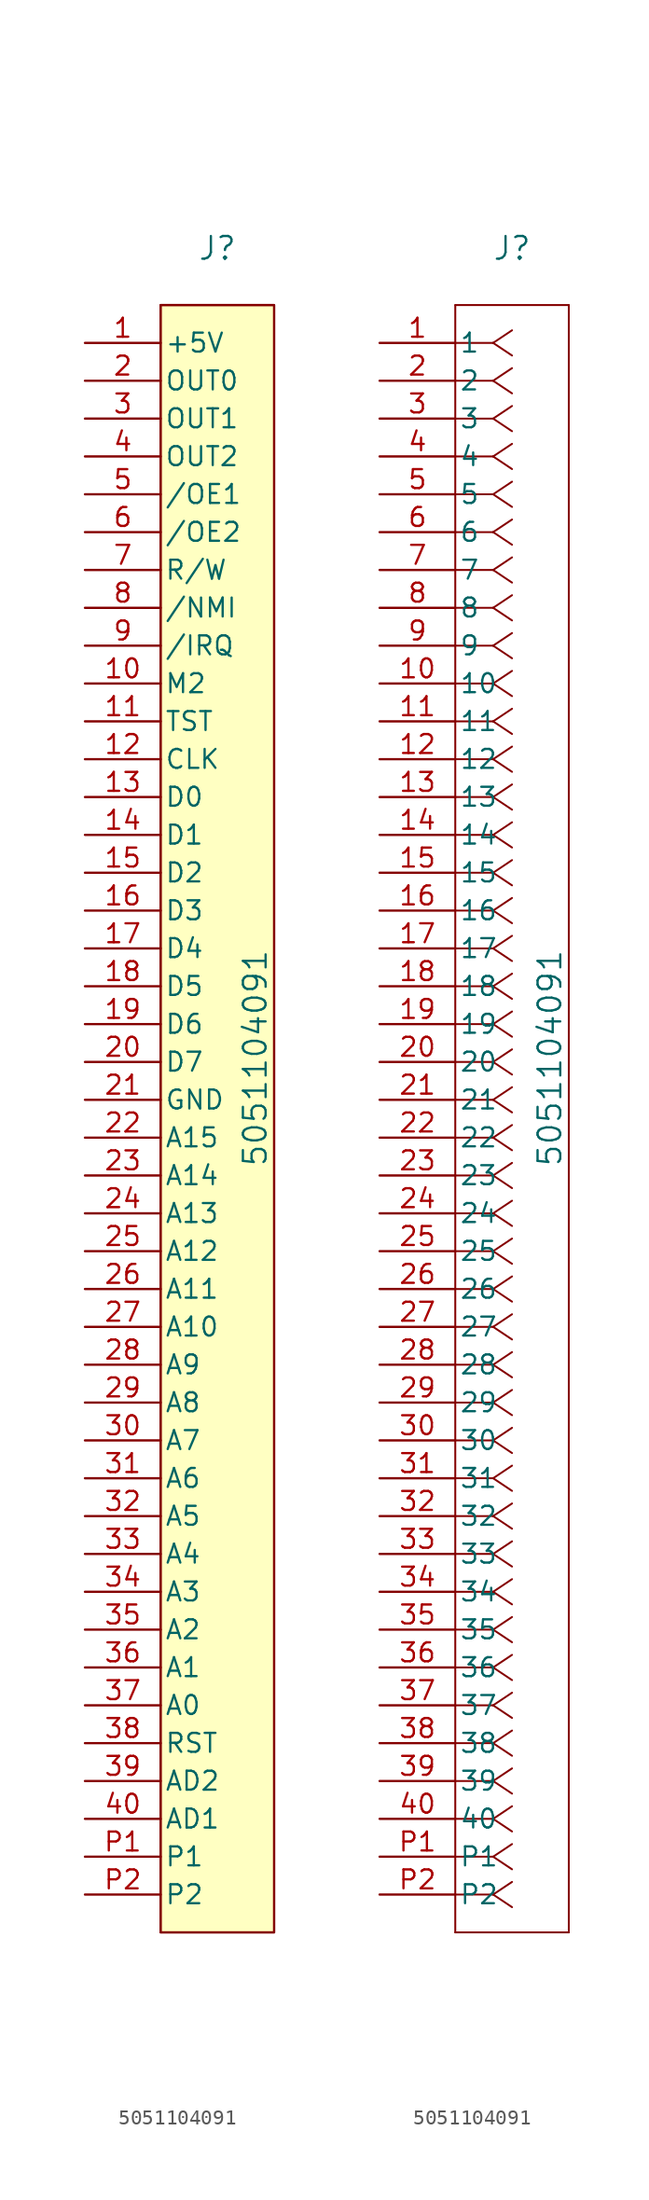
<source format=kicad_sym>
(kicad_symbol_lib
  (version 20241209)
  (generator "kicad_symbol_editor")
  (generator_version "9.0")
  (symbol "5051104091"
    (pin_names
      (offset 0.254))
    (property "Reference" "J"
      (at 8.89 6.35 0)
      (effects (font (size 1.524 1.524))))
    (property "Value" "5051104091"
      (at 11.43 -48.006 90)
      (effects (font (size 1.524 1.524))))
    (property "ki_locked" ""
      (at 0 0 0)
      (effects (font (size 1.27 1.27))))
    (symbol "5051104091_1_1"
      (polyline (pts (xy 5.08 2.54) (xy 5.08 -106.68)) (stroke (width 0.127) (type default)) (fill (type none)))
      (rectangle (start 5.08 2.54) (end 12.7 -106.68) (stroke (width 0) (type solid)) (fill (type background)))
      (polyline (pts (xy 5.08 -106.68) (xy 12.7 -106.68)) (stroke (width 0.127) (type default)) (fill (type none)))
      (polyline (pts (xy 12.7 2.54) (xy 5.08 2.54)) (stroke (width 0.127) (type default)) (fill (type none)))
      (polyline (pts (xy 12.7 -106.68) (xy 12.7 2.54)) (stroke (width 0.127) (type default)) (fill (type none)))
      (pin power_in line (at 0 0 0) (length 5.08) (name "+5V" (effects (font (size 1.27 1.27)))) (number "1" (effects (font (size 1.27 1.27)))))
      (pin bidirectional line (at 0 -2.54 0) (length 5.08) (name "OUT0" (effects (font (size 1.27 1.27)))) (number "2" (effects (font (size 1.27 1.27)))))
      (pin bidirectional line (at 0 -5.08 0) (length 5.08) (name "OUT1" (effects (font (size 1.27 1.27)))) (number "3" (effects (font (size 1.27 1.27)))))
      (pin bidirectional line (at 0 -7.62 0) (length 5.08) (name "OUT2" (effects (font (size 1.27 1.27)))) (number "4" (effects (font (size 1.27 1.27)))))
      (pin bidirectional line (at 0 -10.16 0) (length 5.08) (name "/OE1" (effects (font (size 1.27 1.27)))) (number "5" (effects (font (size 1.27 1.27)))))
      (pin bidirectional line (at 0 -12.7 0) (length 5.08) (name "/OE2" (effects (font (size 1.27 1.27)))) (number "6" (effects (font (size 1.27 1.27)))))
      (pin bidirectional line (at 0 -15.24 0) (length 5.08) (name "R/W" (effects (font (size 1.27 1.27)))) (number "7" (effects (font (size 1.27 1.27)))))
      (pin bidirectional line (at 0 -17.78 0) (length 5.08) (name "/NMI" (effects (font (size 1.27 1.27)))) (number "8" (effects (font (size 1.27 1.27)))))
      (pin bidirectional line (at 0 -20.32 0) (length 5.08) (name "/IRQ" (effects (font (size 1.27 1.27)))) (number "9" (effects (font (size 1.27 1.27)))))
      (pin bidirectional line (at 0 -22.86 0) (length 5.08) (name "M2" (effects (font (size 1.27 1.27)))) (number "10" (effects (font (size 1.27 1.27)))))
      (pin bidirectional line (at 0 -25.4 0) (length 5.08) (name "TST" (effects (font (size 1.27 1.27)))) (number "11" (effects (font (size 1.27 1.27)))))
      (pin bidirectional line (at 0 -27.94 0) (length 5.08) (name "CLK" (effects (font (size 1.27 1.27)))) (number "12" (effects (font (size 1.27 1.27)))))
      (pin bidirectional line (at 0 -30.48 0) (length 5.08) (name "D0" (effects (font (size 1.27 1.27)))) (number "13" (effects (font (size 1.27 1.27)))))
      (pin bidirectional line (at 0 -33.02 0) (length 5.08) (name "D1" (effects (font (size 1.27 1.27)))) (number "14" (effects (font (size 1.27 1.27)))))
      (pin bidirectional line (at 0 -35.56 0) (length 5.08) (name "D2" (effects (font (size 1.27 1.27)))) (number "15" (effects (font (size 1.27 1.27)))))
      (pin bidirectional line (at 0 -38.1 0) (length 5.08) (name "D3" (effects (font (size 1.27 1.27)))) (number "16" (effects (font (size 1.27 1.27)))))
      (pin bidirectional line (at 0 -40.64 0) (length 5.08) (name "D4" (effects (font (size 1.27 1.27)))) (number "17" (effects (font (size 1.27 1.27)))))
      (pin bidirectional line (at 0 -43.18 0) (length 5.08) (name "D5" (effects (font (size 1.27 1.27)))) (number "18" (effects (font (size 1.27 1.27)))))
      (pin bidirectional line (at 0 -45.72 0) (length 5.08) (name "D6" (effects (font (size 1.27 1.27)))) (number "19" (effects (font (size 1.27 1.27)))))
      (pin bidirectional line (at 0 -48.26 0) (length 5.08) (name "D7" (effects (font (size 1.27 1.27)))) (number "20" (effects (font (size 1.27 1.27)))))
      (pin power_in line (at 0 -50.8 0) (length 5.08) (name "GND" (effects (font (size 1.27 1.27)))) (number "21" (effects (font (size 1.27 1.27)))))
      (pin bidirectional line (at 0 -53.34 0) (length 5.08) (name "A15" (effects (font (size 1.27 1.27)))) (number "22" (effects (font (size 1.27 1.27)))))
      (pin bidirectional line (at 0 -55.88 0) (length 5.08) (name "A14" (effects (font (size 1.27 1.27)))) (number "23" (effects (font (size 1.27 1.27)))))
      (pin bidirectional line (at 0 -58.42 0) (length 5.08) (name "A13" (effects (font (size 1.27 1.27)))) (number "24" (effects (font (size 1.27 1.27)))))
      (pin bidirectional line (at 0 -60.96 0) (length 5.08) (name "A12" (effects (font (size 1.27 1.27)))) (number "25" (effects (font (size 1.27 1.27)))))
      (pin bidirectional line (at 0 -63.5 0) (length 5.08) (name "A11" (effects (font (size 1.27 1.27)))) (number "26" (effects (font (size 1.27 1.27)))))
      (pin bidirectional line (at 0 -66.04 0) (length 5.08) (name "A10" (effects (font (size 1.27 1.27)))) (number "27" (effects (font (size 1.27 1.27)))))
      (pin bidirectional line (at 0 -68.58 0) (length 5.08) (name "A9" (effects (font (size 1.27 1.27)))) (number "28" (effects (font (size 1.27 1.27)))))
      (pin bidirectional line (at 0 -71.12 0) (length 5.08) (name "A8" (effects (font (size 1.27 1.27)))) (number "29" (effects (font (size 1.27 1.27)))))
      (pin bidirectional line (at 0 -73.66 0) (length 5.08) (name "A7" (effects (font (size 1.27 1.27)))) (number "30" (effects (font (size 1.27 1.27)))))
      (pin bidirectional line (at 0 -76.2 0) (length 5.08) (name "A6" (effects (font (size 1.27 1.27)))) (number "31" (effects (font (size 1.27 1.27)))))
      (pin bidirectional line (at 0 -78.74 0) (length 5.08) (name "A5" (effects (font (size 1.27 1.27)))) (number "32" (effects (font (size 1.27 1.27)))))
      (pin bidirectional line (at 0 -81.28 0) (length 5.08) (name "A4" (effects (font (size 1.27 1.27)))) (number "33" (effects (font (size 1.27 1.27)))))
      (pin bidirectional line (at 0 -83.82 0) (length 5.08) (name "A3" (effects (font (size 1.27 1.27)))) (number "34" (effects (font (size 1.27 1.27)))))
      (pin bidirectional line (at 0 -86.36 0) (length 5.08) (name "A2" (effects (font (size 1.27 1.27)))) (number "35" (effects (font (size 1.27 1.27)))))
      (pin bidirectional line (at 0 -88.9 0) (length 5.08) (name "A1" (effects (font (size 1.27 1.27)))) (number "36" (effects (font (size 1.27 1.27)))))
      (pin bidirectional line (at 0 -91.44 0) (length 5.08) (name "A0" (effects (font (size 1.27 1.27)))) (number "37" (effects (font (size 1.27 1.27)))))
      (pin bidirectional line (at 0 -93.98 0) (length 5.08) (name "RST" (effects (font (size 1.27 1.27)))) (number "38" (effects (font (size 1.27 1.27)))))
      (pin bidirectional line (at 0 -96.52 0) (length 5.08) (name "AD2" (effects (font (size 1.27 1.27)))) (number "39" (effects (font (size 1.27 1.27)))))
      (pin bidirectional line (at 0 -99.06 0) (length 5.08) (name "AD1" (effects (font (size 1.27 1.27)))) (number "40" (effects (font (size 1.27 1.27)))))
      (pin unspecified line (at 0 -101.6 0) (length 5.08) (name "P1" (effects (font (size 1.27 1.27)))) (number "P1" (effects (font (size 1.27 1.27)))))
      (pin unspecified line (at 0 -104.14 0) (length 5.08) (name "P2" (effects (font (size 1.27 1.27)))) (number "P2" (effects (font (size 1.27 1.27))))))
    (symbol "5051104091_1_2"
      (polyline (pts (xy 5.08 2.54) (xy 5.08 -106.68)) (stroke (width 0.127) (type default)) (fill (type none)))
      (polyline (pts (xy 5.08 -106.68) (xy 12.7 -106.68)) (stroke (width 0.127) (type default)) (fill (type none)))
      (polyline (pts (xy 7.62 0) (xy 5.08 0)) (stroke (width 0.127) (type default)) (fill (type none)))
      (polyline (pts (xy 7.62 0) (xy 8.89 0.847)) (stroke (width 0.127) (type default)) (fill (type none)))
      (polyline (pts (xy 7.62 0) (xy 8.89 -0.847)) (stroke (width 0.127) (type default)) (fill (type none)))
      (polyline (pts (xy 7.62 -2.54) (xy 5.08 -2.54)) (stroke (width 0.127) (type default)) (fill (type none)))
      (polyline (pts (xy 7.62 -2.54) (xy 8.89 -1.693)) (stroke (width 0.127) (type default)) (fill (type none)))
      (polyline (pts (xy 7.62 -2.54) (xy 8.89 -3.387)) (stroke (width 0.127) (type default)) (fill (type none)))
      (polyline (pts (xy 7.62 -5.08) (xy 5.08 -5.08)) (stroke (width 0.127) (type default)) (fill (type none)))
      (polyline (pts (xy 7.62 -5.08) (xy 8.89 -4.233)) (stroke (width 0.127) (type default)) (fill (type none)))
      (polyline (pts (xy 7.62 -5.08) (xy 8.89 -5.927)) (stroke (width 0.127) (type default)) (fill (type none)))
      (polyline (pts (xy 7.62 -7.62) (xy 5.08 -7.62)) (stroke (width 0.127) (type default)) (fill (type none)))
      (polyline (pts (xy 7.62 -7.62) (xy 8.89 -6.773)) (stroke (width 0.127) (type default)) (fill (type none)))
      (polyline (pts (xy 7.62 -7.62) (xy 8.89 -8.467)) (stroke (width 0.127) (type default)) (fill (type none)))
      (polyline (pts (xy 7.62 -10.16) (xy 5.08 -10.16)) (stroke (width 0.127) (type default)) (fill (type none)))
      (polyline (pts (xy 7.62 -10.16) (xy 8.89 -9.313)) (stroke (width 0.127) (type default)) (fill (type none)))
      (polyline (pts (xy 7.62 -10.16) (xy 8.89 -11.007)) (stroke (width 0.127) (type default)) (fill (type none)))
      (polyline (pts (xy 7.62 -12.7) (xy 5.08 -12.7)) (stroke (width 0.127) (type default)) (fill (type none)))
      (polyline (pts (xy 7.62 -12.7) (xy 8.89 -11.853)) (stroke (width 0.127) (type default)) (fill (type none)))
      (polyline (pts (xy 7.62 -12.7) (xy 8.89 -13.547)) (stroke (width 0.127) (type default)) (fill (type none)))
      (polyline (pts (xy 7.62 -15.24) (xy 5.08 -15.24)) (stroke (width 0.127) (type default)) (fill (type none)))
      (polyline (pts (xy 7.62 -15.24) (xy 8.89 -14.393)) (stroke (width 0.127) (type default)) (fill (type none)))
      (polyline (pts (xy 7.62 -15.24) (xy 8.89 -16.087)) (stroke (width 0.127) (type default)) (fill (type none)))
      (polyline (pts (xy 7.62 -17.78) (xy 5.08 -17.78)) (stroke (width 0.127) (type default)) (fill (type none)))
      (polyline (pts (xy 7.62 -17.78) (xy 8.89 -16.933)) (stroke (width 0.127) (type default)) (fill (type none)))
      (polyline (pts (xy 7.62 -17.78) (xy 8.89 -18.627)) (stroke (width 0.127) (type default)) (fill (type none)))
      (polyline (pts (xy 7.62 -20.32) (xy 5.08 -20.32)) (stroke (width 0.127) (type default)) (fill (type none)))
      (polyline (pts (xy 7.62 -20.32) (xy 8.89 -19.473)) (stroke (width 0.127) (type default)) (fill (type none)))
      (polyline (pts (xy 7.62 -20.32) (xy 8.89 -21.167)) (stroke (width 0.127) (type default)) (fill (type none)))
      (polyline (pts (xy 7.62 -22.86) (xy 5.08 -22.86)) (stroke (width 0.127) (type default)) (fill (type none)))
      (polyline (pts (xy 7.62 -22.86) (xy 8.89 -22.013)) (stroke (width 0.127) (type default)) (fill (type none)))
      (polyline (pts (xy 7.62 -22.86) (xy 8.89 -23.707)) (stroke (width 0.127) (type default)) (fill (type none)))
      (polyline (pts (xy 7.62 -25.4) (xy 5.08 -25.4)) (stroke (width 0.127) (type default)) (fill (type none)))
      (polyline (pts (xy 7.62 -25.4) (xy 8.89 -24.553)) (stroke (width 0.127) (type default)) (fill (type none)))
      (polyline (pts (xy 7.62 -25.4) (xy 8.89 -26.247)) (stroke (width 0.127) (type default)) (fill (type none)))
      (polyline (pts (xy 7.62 -27.94) (xy 5.08 -27.94)) (stroke (width 0.127) (type default)) (fill (type none)))
      (polyline (pts (xy 7.62 -27.94) (xy 8.89 -27.093)) (stroke (width 0.127) (type default)) (fill (type none)))
      (polyline (pts (xy 7.62 -27.94) (xy 8.89 -28.787)) (stroke (width 0.127) (type default)) (fill (type none)))
      (polyline (pts (xy 7.62 -30.48) (xy 5.08 -30.48)) (stroke (width 0.127) (type default)) (fill (type none)))
      (polyline (pts (xy 7.62 -30.48) (xy 8.89 -29.633)) (stroke (width 0.127) (type default)) (fill (type none)))
      (polyline (pts (xy 7.62 -30.48) (xy 8.89 -31.327)) (stroke (width 0.127) (type default)) (fill (type none)))
      (polyline (pts (xy 7.62 -33.02) (xy 5.08 -33.02)) (stroke (width 0.127) (type default)) (fill (type none)))
      (polyline (pts (xy 7.62 -33.02) (xy 8.89 -32.173)) (stroke (width 0.127) (type default)) (fill (type none)))
      (polyline (pts (xy 7.62 -33.02) (xy 8.89 -33.867)) (stroke (width 0.127) (type default)) (fill (type none)))
      (polyline (pts (xy 7.62 -35.56) (xy 5.08 -35.56)) (stroke (width 0.127) (type default)) (fill (type none)))
      (polyline (pts (xy 7.62 -35.56) (xy 8.89 -34.713)) (stroke (width 0.127) (type default)) (fill (type none)))
      (polyline (pts (xy 7.62 -35.56) (xy 8.89 -36.407)) (stroke (width 0.127) (type default)) (fill (type none)))
      (polyline (pts (xy 7.62 -38.1) (xy 5.08 -38.1)) (stroke (width 0.127) (type default)) (fill (type none)))
      (polyline (pts (xy 7.62 -38.1) (xy 8.89 -37.253)) (stroke (width 0.127) (type default)) (fill (type none)))
      (polyline (pts (xy 7.62 -38.1) (xy 8.89 -38.947)) (stroke (width 0.127) (type default)) (fill (type none)))
      (polyline (pts (xy 7.62 -40.64) (xy 5.08 -40.64)) (stroke (width 0.127) (type default)) (fill (type none)))
      (polyline (pts (xy 7.62 -40.64) (xy 8.89 -39.793)) (stroke (width 0.127) (type default)) (fill (type none)))
      (polyline (pts (xy 7.62 -40.64) (xy 8.89 -41.487)) (stroke (width 0.127) (type default)) (fill (type none)))
      (polyline (pts (xy 7.62 -43.18) (xy 5.08 -43.18)) (stroke (width 0.127) (type default)) (fill (type none)))
      (polyline (pts (xy 7.62 -43.18) (xy 8.89 -42.333)) (stroke (width 0.127) (type default)) (fill (type none)))
      (polyline (pts (xy 7.62 -43.18) (xy 8.89 -44.027)) (stroke (width 0.127) (type default)) (fill (type none)))
      (polyline (pts (xy 7.62 -45.72) (xy 5.08 -45.72)) (stroke (width 0.127) (type default)) (fill (type none)))
      (polyline (pts (xy 7.62 -45.72) (xy 8.89 -44.873)) (stroke (width 0.127) (type default)) (fill (type none)))
      (polyline (pts (xy 7.62 -45.72) (xy 8.89 -46.567)) (stroke (width 0.127) (type default)) (fill (type none)))
      (polyline (pts (xy 7.62 -48.26) (xy 5.08 -48.26)) (stroke (width 0.127) (type default)) (fill (type none)))
      (polyline (pts (xy 7.62 -48.26) (xy 8.89 -47.413)) (stroke (width 0.127) (type default)) (fill (type none)))
      (polyline (pts (xy 7.62 -48.26) (xy 8.89 -49.107)) (stroke (width 0.127) (type default)) (fill (type none)))
      (polyline (pts (xy 7.62 -50.8) (xy 5.08 -50.8)) (stroke (width 0.127) (type default)) (fill (type none)))
      (polyline (pts (xy 7.62 -50.8) (xy 8.89 -49.953)) (stroke (width 0.127) (type default)) (fill (type none)))
      (polyline (pts (xy 7.62 -50.8) (xy 8.89 -51.647)) (stroke (width 0.127) (type default)) (fill (type none)))
      (polyline (pts (xy 7.62 -53.34) (xy 5.08 -53.34)) (stroke (width 0.127) (type default)) (fill (type none)))
      (polyline (pts (xy 7.62 -53.34) (xy 8.89 -52.493)) (stroke (width 0.127) (type default)) (fill (type none)))
      (polyline (pts (xy 7.62 -53.34) (xy 8.89 -54.187)) (stroke (width 0.127) (type default)) (fill (type none)))
      (polyline (pts (xy 7.62 -55.88) (xy 5.08 -55.88)) (stroke (width 0.127) (type default)) (fill (type none)))
      (polyline (pts (xy 7.62 -55.88) (xy 8.89 -55.033)) (stroke (width 0.127) (type default)) (fill (type none)))
      (polyline (pts (xy 7.62 -55.88) (xy 8.89 -56.727)) (stroke (width 0.127) (type default)) (fill (type none)))
      (polyline (pts (xy 7.62 -58.42) (xy 5.08 -58.42)) (stroke (width 0.127) (type default)) (fill (type none)))
      (polyline (pts (xy 7.62 -58.42) (xy 8.89 -57.573)) (stroke (width 0.127) (type default)) (fill (type none)))
      (polyline (pts (xy 7.62 -58.42) (xy 8.89 -59.267)) (stroke (width 0.127) (type default)) (fill (type none)))
      (polyline (pts (xy 7.62 -60.96) (xy 5.08 -60.96)) (stroke (width 0.127) (type default)) (fill (type none)))
      (polyline (pts (xy 7.62 -60.96) (xy 8.89 -60.113)) (stroke (width 0.127) (type default)) (fill (type none)))
      (polyline (pts (xy 7.62 -60.96) (xy 8.89 -61.807)) (stroke (width 0.127) (type default)) (fill (type none)))
      (polyline (pts (xy 7.62 -63.5) (xy 5.08 -63.5)) (stroke (width 0.127) (type default)) (fill (type none)))
      (polyline (pts (xy 7.62 -63.5) (xy 8.89 -62.653)) (stroke (width 0.127) (type default)) (fill (type none)))
      (polyline (pts (xy 7.62 -63.5) (xy 8.89 -64.347)) (stroke (width 0.127) (type default)) (fill (type none)))
      (polyline (pts (xy 7.62 -66.04) (xy 5.08 -66.04)) (stroke (width 0.127) (type default)) (fill (type none)))
      (polyline (pts (xy 7.62 -66.04) (xy 8.89 -65.193)) (stroke (width 0.127) (type default)) (fill (type none)))
      (polyline (pts (xy 7.62 -66.04) (xy 8.89 -66.887)) (stroke (width 0.127) (type default)) (fill (type none)))
      (polyline (pts (xy 7.62 -68.58) (xy 5.08 -68.58)) (stroke (width 0.127) (type default)) (fill (type none)))
      (polyline (pts (xy 7.62 -68.58) (xy 8.89 -67.733)) (stroke (width 0.127) (type default)) (fill (type none)))
      (polyline (pts (xy 7.62 -68.58) (xy 8.89 -69.427)) (stroke (width 0.127) (type default)) (fill (type none)))
      (polyline (pts (xy 7.62 -71.12) (xy 5.08 -71.12)) (stroke (width 0.127) (type default)) (fill (type none)))
      (polyline (pts (xy 7.62 -71.12) (xy 8.89 -70.273)) (stroke (width 0.127) (type default)) (fill (type none)))
      (polyline (pts (xy 7.62 -71.12) (xy 8.89 -71.967)) (stroke (width 0.127) (type default)) (fill (type none)))
      (polyline (pts (xy 7.62 -73.66) (xy 5.08 -73.66)) (stroke (width 0.127) (type default)) (fill (type none)))
      (polyline (pts (xy 7.62 -73.66) (xy 8.89 -72.813)) (stroke (width 0.127) (type default)) (fill (type none)))
      (polyline (pts (xy 7.62 -73.66) (xy 8.89 -74.507)) (stroke (width 0.127) (type default)) (fill (type none)))
      (polyline (pts (xy 7.62 -76.2) (xy 5.08 -76.2)) (stroke (width 0.127) (type default)) (fill (type none)))
      (polyline (pts (xy 7.62 -76.2) (xy 8.89 -75.353)) (stroke (width 0.127) (type default)) (fill (type none)))
      (polyline (pts (xy 7.62 -76.2) (xy 8.89 -77.047)) (stroke (width 0.127) (type default)) (fill (type none)))
      (polyline (pts (xy 7.62 -78.74) (xy 5.08 -78.74)) (stroke (width 0.127) (type default)) (fill (type none)))
      (polyline (pts (xy 7.62 -78.74) (xy 8.89 -77.893)) (stroke (width 0.127) (type default)) (fill (type none)))
      (polyline (pts (xy 7.62 -78.74) (xy 8.89 -79.587)) (stroke (width 0.127) (type default)) (fill (type none)))
      (polyline (pts (xy 7.62 -81.28) (xy 5.08 -81.28)) (stroke (width 0.127) (type default)) (fill (type none)))
      (polyline (pts (xy 7.62 -81.28) (xy 8.89 -80.433)) (stroke (width 0.127) (type default)) (fill (type none)))
      (polyline (pts (xy 7.62 -81.28) (xy 8.89 -82.127)) (stroke (width 0.127) (type default)) (fill (type none)))
      (polyline (pts (xy 7.62 -83.82) (xy 5.08 -83.82)) (stroke (width 0.127) (type default)) (fill (type none)))
      (polyline (pts (xy 7.62 -83.82) (xy 8.89 -82.973)) (stroke (width 0.127) (type default)) (fill (type none)))
      (polyline (pts (xy 7.62 -83.82) (xy 8.89 -84.667)) (stroke (width 0.127) (type default)) (fill (type none)))
      (polyline (pts (xy 7.62 -86.36) (xy 5.08 -86.36)) (stroke (width 0.127) (type default)) (fill (type none)))
      (polyline (pts (xy 7.62 -86.36) (xy 8.89 -85.513)) (stroke (width 0.127) (type default)) (fill (type none)))
      (polyline (pts (xy 7.62 -86.36) (xy 8.89 -87.207)) (stroke (width 0.127) (type default)) (fill (type none)))
      (polyline (pts (xy 7.62 -88.9) (xy 5.08 -88.9)) (stroke (width 0.127) (type default)) (fill (type none)))
      (polyline (pts (xy 7.62 -88.9) (xy 8.89 -88.053)) (stroke (width 0.127) (type default)) (fill (type none)))
      (polyline (pts (xy 7.62 -88.9) (xy 8.89 -89.747)) (stroke (width 0.127) (type default)) (fill (type none)))
      (polyline (pts (xy 7.62 -91.44) (xy 5.08 -91.44)) (stroke (width 0.127) (type default)) (fill (type none)))
      (polyline (pts (xy 7.62 -91.44) (xy 8.89 -90.593)) (stroke (width 0.127) (type default)) (fill (type none)))
      (polyline (pts (xy 7.62 -91.44) (xy 8.89 -92.287)) (stroke (width 0.127) (type default)) (fill (type none)))
      (polyline (pts (xy 7.62 -93.98) (xy 5.08 -93.98)) (stroke (width 0.127) (type default)) (fill (type none)))
      (polyline (pts (xy 7.62 -93.98) (xy 8.89 -93.133)) (stroke (width 0.127) (type default)) (fill (type none)))
      (polyline (pts (xy 7.62 -93.98) (xy 8.89 -94.827)) (stroke (width 0.127) (type default)) (fill (type none)))
      (polyline (pts (xy 7.62 -96.52) (xy 5.08 -96.52)) (stroke (width 0.127) (type default)) (fill (type none)))
      (polyline (pts (xy 7.62 -96.52) (xy 8.89 -95.673)) (stroke (width 0.127) (type default)) (fill (type none)))
      (polyline (pts (xy 7.62 -96.52) (xy 8.89 -97.367)) (stroke (width 0.127) (type default)) (fill (type none)))
      (polyline (pts (xy 7.62 -99.06) (xy 5.08 -99.06)) (stroke (width 0.127) (type default)) (fill (type none)))
      (polyline (pts (xy 7.62 -99.06) (xy 8.89 -98.213)) (stroke (width 0.127) (type default)) (fill (type none)))
      (polyline (pts (xy 7.62 -99.06) (xy 8.89 -99.907)) (stroke (width 0.127) (type default)) (fill (type none)))
      (polyline (pts (xy 7.62 -101.6) (xy 5.08 -101.6)) (stroke (width 0.127) (type default)) (fill (type none)))
      (polyline (pts (xy 7.62 -101.6) (xy 8.89 -100.753)) (stroke (width 0.127) (type default)) (fill (type none)))
      (polyline (pts (xy 7.62 -101.6) (xy 8.89 -102.447)) (stroke (width 0.127) (type default)) (fill (type none)))
      (polyline (pts (xy 7.62 -104.14) (xy 5.08 -104.14)) (stroke (width 0.127) (type default)) (fill (type none)))
      (polyline (pts (xy 7.62 -104.14) (xy 8.89 -103.293)) (stroke (width 0.127) (type default)) (fill (type none)))
      (polyline (pts (xy 7.62 -104.14) (xy 8.89 -104.987)) (stroke (width 0.127) (type default)) (fill (type none)))
      (polyline (pts (xy 12.7 2.54) (xy 5.08 2.54)) (stroke (width 0.127) (type default)) (fill (type none)))
      (polyline (pts (xy 12.7 -106.68) (xy 12.7 2.54)) (stroke (width 0.127) (type default)) (fill (type none)))
      (pin unspecified line (at 0 0 0) (length 5.08) (name "1" (effects (font (size 1.27 1.27)))) (number "1" (effects (font (size 1.27 1.27)))))
      (pin unspecified line (at 0 -2.54 0) (length 5.08) (name "2" (effects (font (size 1.27 1.27)))) (number "2" (effects (font (size 1.27 1.27)))))
      (pin unspecified line (at 0 -5.08 0) (length 5.08) (name "3" (effects (font (size 1.27 1.27)))) (number "3" (effects (font (size 1.27 1.27)))))
      (pin unspecified line (at 0 -7.62 0) (length 5.08) (name "4" (effects (font (size 1.27 1.27)))) (number "4" (effects (font (size 1.27 1.27)))))
      (pin unspecified line (at 0 -10.16 0) (length 5.08) (name "5" (effects (font (size 1.27 1.27)))) (number "5" (effects (font (size 1.27 1.27)))))
      (pin unspecified line (at 0 -12.7 0) (length 5.08) (name "6" (effects (font (size 1.27 1.27)))) (number "6" (effects (font (size 1.27 1.27)))))
      (pin unspecified line (at 0 -15.24 0) (length 5.08) (name "7" (effects (font (size 1.27 1.27)))) (number "7" (effects (font (size 1.27 1.27)))))
      (pin unspecified line (at 0 -17.78 0) (length 5.08) (name "8" (effects (font (size 1.27 1.27)))) (number "8" (effects (font (size 1.27 1.27)))))
      (pin unspecified line (at 0 -20.32 0) (length 5.08) (name "9" (effects (font (size 1.27 1.27)))) (number "9" (effects (font (size 1.27 1.27)))))
      (pin unspecified line (at 0 -22.86 0) (length 5.08) (name "10" (effects (font (size 1.27 1.27)))) (number "10" (effects (font (size 1.27 1.27)))))
      (pin unspecified line (at 0 -25.4 0) (length 5.08) (name "11" (effects (font (size 1.27 1.27)))) (number "11" (effects (font (size 1.27 1.27)))))
      (pin unspecified line (at 0 -27.94 0) (length 5.08) (name "12" (effects (font (size 1.27 1.27)))) (number "12" (effects (font (size 1.27 1.27)))))
      (pin unspecified line (at 0 -30.48 0) (length 5.08) (name "13" (effects (font (size 1.27 1.27)))) (number "13" (effects (font (size 1.27 1.27)))))
      (pin unspecified line (at 0 -33.02 0) (length 5.08) (name "14" (effects (font (size 1.27 1.27)))) (number "14" (effects (font (size 1.27 1.27)))))
      (pin unspecified line (at 0 -35.56 0) (length 5.08) (name "15" (effects (font (size 1.27 1.27)))) (number "15" (effects (font (size 1.27 1.27)))))
      (pin unspecified line (at 0 -38.1 0) (length 5.08) (name "16" (effects (font (size 1.27 1.27)))) (number "16" (effects (font (size 1.27 1.27)))))
      (pin unspecified line (at 0 -40.64 0) (length 5.08) (name "17" (effects (font (size 1.27 1.27)))) (number "17" (effects (font (size 1.27 1.27)))))
      (pin unspecified line (at 0 -43.18 0) (length 5.08) (name "18" (effects (font (size 1.27 1.27)))) (number "18" (effects (font (size 1.27 1.27)))))
      (pin unspecified line (at 0 -45.72 0) (length 5.08) (name "19" (effects (font (size 1.27 1.27)))) (number "19" (effects (font (size 1.27 1.27)))))
      (pin unspecified line (at 0 -48.26 0) (length 5.08) (name "20" (effects (font (size 1.27 1.27)))) (number "20" (effects (font (size 1.27 1.27)))))
      (pin unspecified line (at 0 -50.8 0) (length 5.08) (name "21" (effects (font (size 1.27 1.27)))) (number "21" (effects (font (size 1.27 1.27)))))
      (pin unspecified line (at 0 -53.34 0) (length 5.08) (name "22" (effects (font (size 1.27 1.27)))) (number "22" (effects (font (size 1.27 1.27)))))
      (pin unspecified line (at 0 -55.88 0) (length 5.08) (name "23" (effects (font (size 1.27 1.27)))) (number "23" (effects (font (size 1.27 1.27)))))
      (pin unspecified line (at 0 -58.42 0) (length 5.08) (name "24" (effects (font (size 1.27 1.27)))) (number "24" (effects (font (size 1.27 1.27)))))
      (pin unspecified line (at 0 -60.96 0) (length 5.08) (name "25" (effects (font (size 1.27 1.27)))) (number "25" (effects (font (size 1.27 1.27)))))
      (pin unspecified line (at 0 -63.5 0) (length 5.08) (name "26" (effects (font (size 1.27 1.27)))) (number "26" (effects (font (size 1.27 1.27)))))
      (pin unspecified line (at 0 -66.04 0) (length 5.08) (name "27" (effects (font (size 1.27 1.27)))) (number "27" (effects (font (size 1.27 1.27)))))
      (pin unspecified line (at 0 -68.58 0) (length 5.08) (name "28" (effects (font (size 1.27 1.27)))) (number "28" (effects (font (size 1.27 1.27)))))
      (pin unspecified line (at 0 -71.12 0) (length 5.08) (name "29" (effects (font (size 1.27 1.27)))) (number "29" (effects (font (size 1.27 1.27)))))
      (pin unspecified line (at 0 -73.66 0) (length 5.08) (name "30" (effects (font (size 1.27 1.27)))) (number "30" (effects (font (size 1.27 1.27)))))
      (pin unspecified line (at 0 -76.2 0) (length 5.08) (name "31" (effects (font (size 1.27 1.27)))) (number "31" (effects (font (size 1.27 1.27)))))
      (pin unspecified line (at 0 -78.74 0) (length 5.08) (name "32" (effects (font (size 1.27 1.27)))) (number "32" (effects (font (size 1.27 1.27)))))
      (pin unspecified line (at 0 -81.28 0) (length 5.08) (name "33" (effects (font (size 1.27 1.27)))) (number "33" (effects (font (size 1.27 1.27)))))
      (pin unspecified line (at 0 -83.82 0) (length 5.08) (name "34" (effects (font (size 1.27 1.27)))) (number "34" (effects (font (size 1.27 1.27)))))
      (pin unspecified line (at 0 -86.36 0) (length 5.08) (name "35" (effects (font (size 1.27 1.27)))) (number "35" (effects (font (size 1.27 1.27)))))
      (pin unspecified line (at 0 -88.9 0) (length 5.08) (name "36" (effects (font (size 1.27 1.27)))) (number "36" (effects (font (size 1.27 1.27)))))
      (pin unspecified line (at 0 -91.44 0) (length 5.08) (name "37" (effects (font (size 1.27 1.27)))) (number "37" (effects (font (size 1.27 1.27)))))
      (pin unspecified line (at 0 -93.98 0) (length 5.08) (name "38" (effects (font (size 1.27 1.27)))) (number "38" (effects (font (size 1.27 1.27)))))
      (pin unspecified line (at 0 -96.52 0) (length 5.08) (name "39" (effects (font (size 1.27 1.27)))) (number "39" (effects (font (size 1.27 1.27)))))
      (pin unspecified line (at 0 -99.06 0) (length 5.08) (name "40" (effects (font (size 1.27 1.27)))) (number "40" (effects (font (size 1.27 1.27)))))
      (pin unspecified line (at 0 -101.6 0) (length 5.08) (name "P1" (effects (font (size 1.27 1.27)))) (number "P1" (effects (font (size 1.27 1.27)))))
      (pin unspecified line (at 0 -104.14 0) (length 5.08) (name "P2" (effects (font (size 1.27 1.27)))) (number "P2" (effects (font (size 1.27 1.27))))))))
</source>
